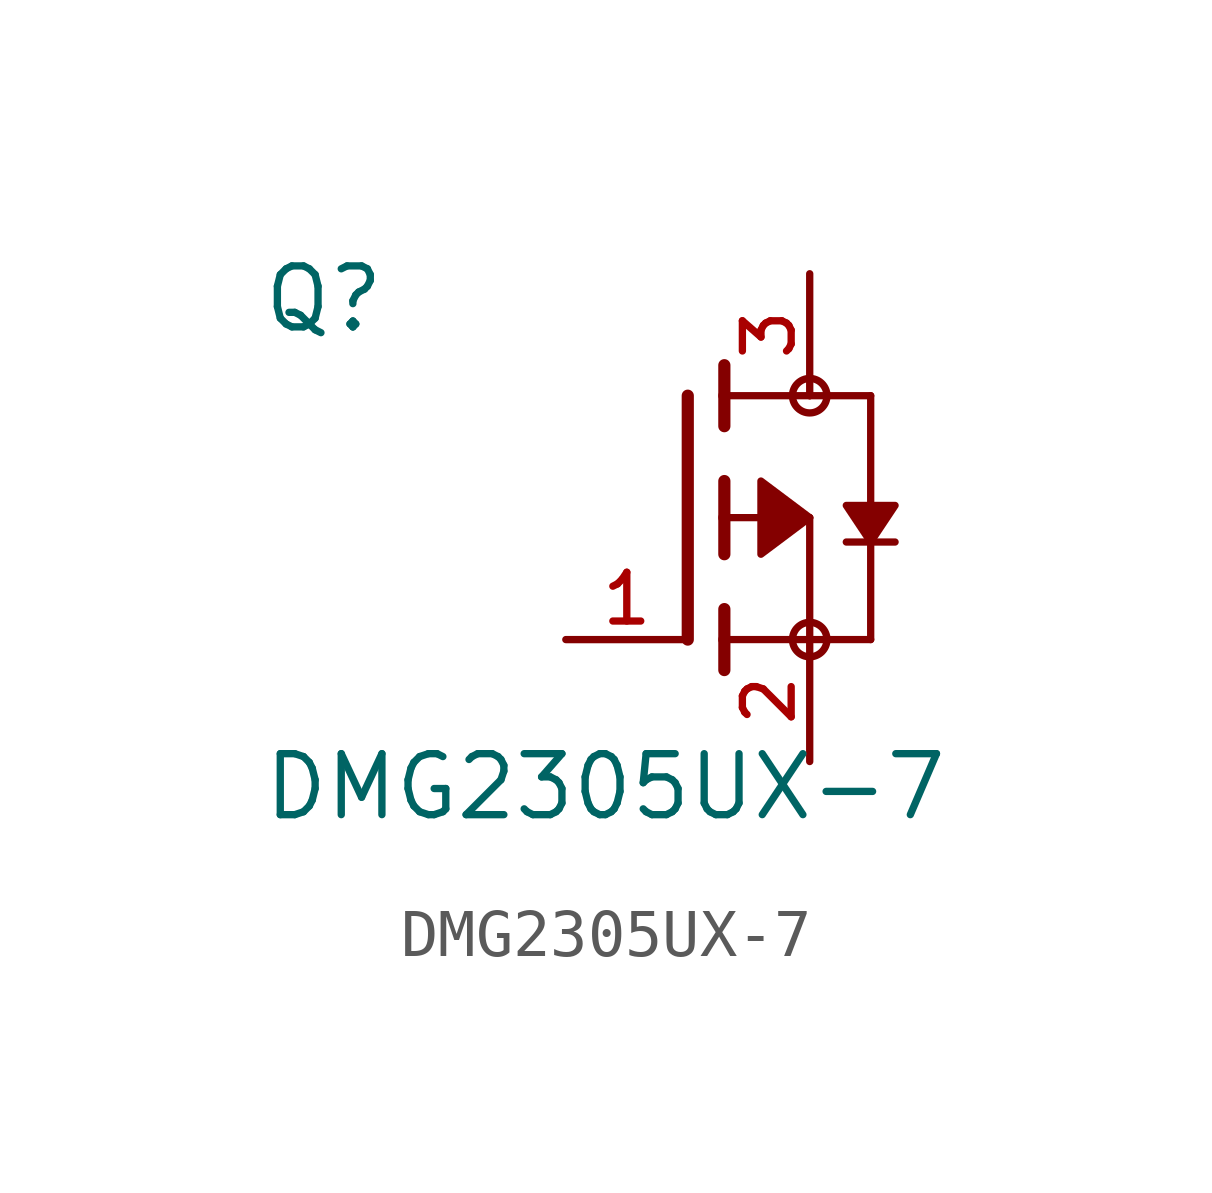
<source format=kicad_sym>
(kicad_symbol_lib
  (version 20231120)
  (generator "kicad_symbol_editor")
  (generator_version "8.0")
  (symbol "DMG2305UX-7"
    (pin_names
      (offset 1.016))
    (property "Reference" "Q"
      (at -8.89 3.81 0)
      (effects (font (size 1.27 1.27)) (justify left bottom)))
    (property "Value" "DMG2305UX-7"
      (at -8.89 -6.35 0)
      (effects (font (size 1.27 1.27)) (justify left bottom)))
    (symbol "DMG2305UX-7_0_0"
      (polyline (pts (xy 0 -2.54) (xy 0 2.54)) (stroke (width 0.254) (type default)) (fill (type none)))
      (polyline (pts (xy 0.762 -3.175) (xy 0.762 -2.54)) (stroke (width 0.254) (type default)) (fill (type none)))
      (polyline (pts (xy 0.762 -2.54) (xy 0.762 -1.905)) (stroke (width 0.254) (type default)) (fill (type none)))
      (polyline (pts (xy 0.762 -2.54) (xy 2.54 -2.54)) (stroke (width 0.152) (type default)) (fill (type none)))
      (polyline (pts (xy 0.762 -0.762) (xy 0.762 0)) (stroke (width 0.254) (type default)) (fill (type none)))
      (polyline (pts (xy 0.762 0) (xy 0.762 0.762)) (stroke (width 0.254) (type default)) (fill (type none)))
      (polyline (pts (xy 0.762 0) (xy 2.54 0)) (stroke (width 0.152) (type default)) (fill (type none)))
      (polyline (pts (xy 0.762 1.905) (xy 0.762 2.54)) (stroke (width 0.254) (type default)) (fill (type none)))
      (polyline (pts (xy 0.762 2.54) (xy 0.762 3.175)) (stroke (width 0.254) (type default)) (fill (type none)))
      (polyline (pts (xy 2.54 -2.54) (xy 2.54 0)) (stroke (width 0.152) (type default)) (fill (type none)))
      (polyline (pts (xy 2.54 -2.54) (xy 3.81 -2.54)) (stroke (width 0.152) (type default)) (fill (type none)))
      (polyline (pts (xy 2.54 2.54) (xy 0.762 2.54)) (stroke (width 0.152) (type default)) (fill (type none)))
      (polyline (pts (xy 2.54 2.54) (xy 3.81 2.54)) (stroke (width 0.152) (type default)) (fill (type none)))
      (polyline (pts (xy 3.81 -0.508) (xy 3.302 -0.508)) (stroke (width 0.152) (type default)) (fill (type none)))
      (polyline (pts (xy 3.81 -0.508) (xy 3.81 -2.54)) (stroke (width 0.152) (type default)) (fill (type none)))
      (polyline (pts (xy 3.81 2.54) (xy 3.81 -0.508)) (stroke (width 0.152) (type default)) (fill (type none)))
      (polyline (pts (xy 4.318 -0.508) (xy 3.81 -0.508)) (stroke (width 0.152) (type default)) (fill (type none)))
      (polyline (pts (xy 2.54 0) (xy 1.524 0.762) (xy 1.524 -0.762) (xy 2.54 0)) (stroke (width 0.152) (type default)) (fill (type outline)))
      (polyline (pts (xy 3.81 -0.508) (xy 3.302 0.254) (xy 4.318 0.254) (xy 3.81 -0.508)) (stroke (width 0.152) (type default)) (fill (type outline)))
      (circle (center 2.54 -2.54) (radius 0.359) (stroke (width 0) (type default)) (fill (type none)))
      (circle (center 2.54 2.54) (radius 0.359) (stroke (width 0) (type default)) (fill (type none)))
      (pin passive line (at -2.54 -2.54 0) (length 2.54) (name "~" (effects (font (size 1.016 1.016)))) (number "1" (effects (font (size 1.016 1.016)))))
      (pin passive line (at 2.54 -5.08 90) (length 2.54) (name "~" (effects (font (size 1.016 1.016)))) (number "2" (effects (font (size 1.016 1.016)))))
      (pin passive line (at 2.54 5.08 270) (length 2.54) (name "~" (effects (font (size 1.016 1.016)))) (number "3" (effects (font (size 1.016 1.016))))))))
</source>
